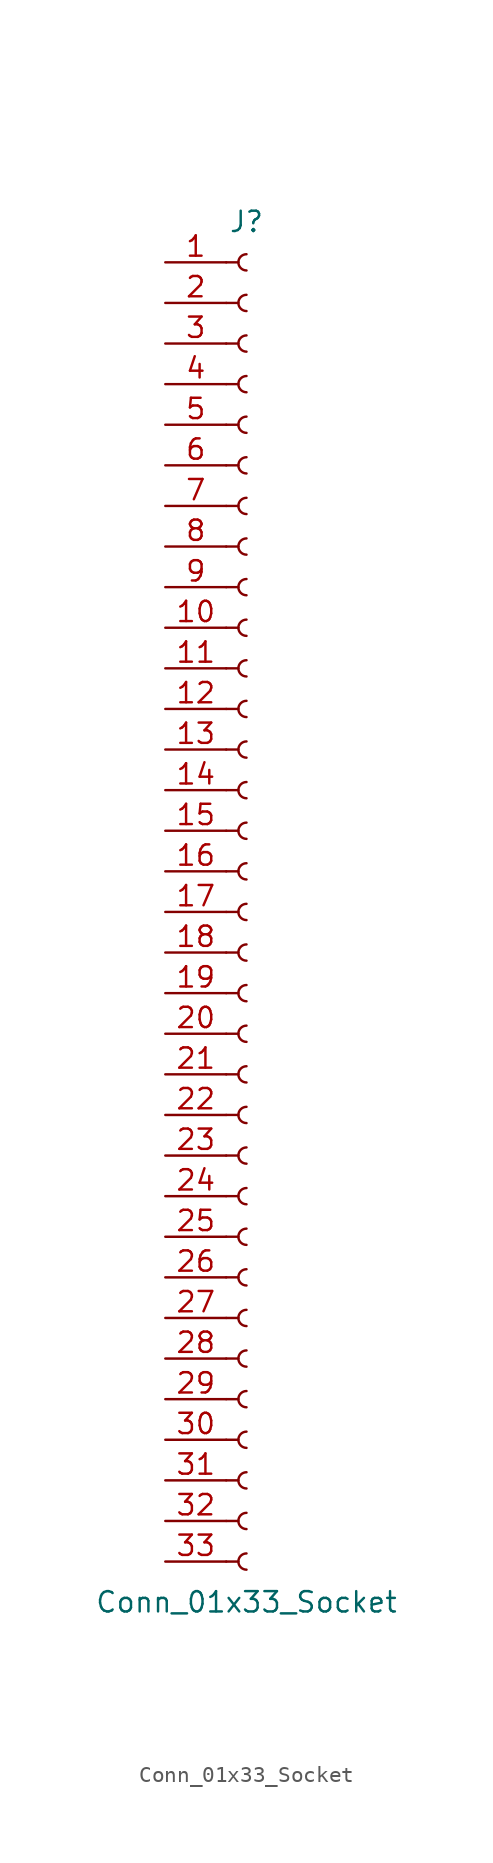
<source format=kicad_sym>
(kicad_symbol_lib
  (version 20241209)
  (generator "kicad_symbol_editor")
  (generator_version "9.0")
  (symbol "Conn_01x33_Socket"
    (pin_names
      (offset 1.016)
      (hide yes))
    (property "Reference" "J"
      (at 0 43.18 0)
      (effects (font (size 1.27 1.27))))
    (property "Value" "Conn_01x33_Socket"
      (at 0 -43.18 0)
      (effects (font (size 1.27 1.27))))
    (property "ki_locked" ""
      (at 0 0 0)
      (effects (font (size 1.27 1.27))))
    (symbol "Conn_01x33_Socket_1_1"
      (polyline (pts (xy -1.27 40.64) (xy -0.508 40.64)) (stroke (width 0.152) (type default)) (fill (type none)))
      (polyline (pts (xy -1.27 38.1) (xy -0.508 38.1)) (stroke (width 0.152) (type default)) (fill (type none)))
      (polyline (pts (xy -1.27 35.56) (xy -0.508 35.56)) (stroke (width 0.152) (type default)) (fill (type none)))
      (polyline (pts (xy -1.27 33.02) (xy -0.508 33.02)) (stroke (width 0.152) (type default)) (fill (type none)))
      (polyline (pts (xy -1.27 30.48) (xy -0.508 30.48)) (stroke (width 0.152) (type default)) (fill (type none)))
      (polyline (pts (xy -1.27 27.94) (xy -0.508 27.94)) (stroke (width 0.152) (type default)) (fill (type none)))
      (polyline (pts (xy -1.27 25.4) (xy -0.508 25.4)) (stroke (width 0.152) (type default)) (fill (type none)))
      (polyline (pts (xy -1.27 22.86) (xy -0.508 22.86)) (stroke (width 0.152) (type default)) (fill (type none)))
      (polyline (pts (xy -1.27 20.32) (xy -0.508 20.32)) (stroke (width 0.152) (type default)) (fill (type none)))
      (polyline (pts (xy -1.27 17.78) (xy -0.508 17.78)) (stroke (width 0.152) (type default)) (fill (type none)))
      (polyline (pts (xy -1.27 15.24) (xy -0.508 15.24)) (stroke (width 0.152) (type default)) (fill (type none)))
      (polyline (pts (xy -1.27 12.7) (xy -0.508 12.7)) (stroke (width 0.152) (type default)) (fill (type none)))
      (polyline (pts (xy -1.27 10.16) (xy -0.508 10.16)) (stroke (width 0.152) (type default)) (fill (type none)))
      (polyline (pts (xy -1.27 7.62) (xy -0.508 7.62)) (stroke (width 0.152) (type default)) (fill (type none)))
      (polyline (pts (xy -1.27 5.08) (xy -0.508 5.08)) (stroke (width 0.152) (type default)) (fill (type none)))
      (polyline (pts (xy -1.27 2.54) (xy -0.508 2.54)) (stroke (width 0.152) (type default)) (fill (type none)))
      (polyline (pts (xy -1.27 0) (xy -0.508 0)) (stroke (width 0.152) (type default)) (fill (type none)))
      (polyline (pts (xy -1.27 -2.54) (xy -0.508 -2.54)) (stroke (width 0.152) (type default)) (fill (type none)))
      (polyline (pts (xy -1.27 -5.08) (xy -0.508 -5.08)) (stroke (width 0.152) (type default)) (fill (type none)))
      (polyline (pts (xy -1.27 -7.62) (xy -0.508 -7.62)) (stroke (width 0.152) (type default)) (fill (type none)))
      (polyline (pts (xy -1.27 -10.16) (xy -0.508 -10.16)) (stroke (width 0.152) (type default)) (fill (type none)))
      (polyline (pts (xy -1.27 -12.7) (xy -0.508 -12.7)) (stroke (width 0.152) (type default)) (fill (type none)))
      (polyline (pts (xy -1.27 -15.24) (xy -0.508 -15.24)) (stroke (width 0.152) (type default)) (fill (type none)))
      (polyline (pts (xy -1.27 -17.78) (xy -0.508 -17.78)) (stroke (width 0.152) (type default)) (fill (type none)))
      (polyline (pts (xy -1.27 -20.32) (xy -0.508 -20.32)) (stroke (width 0.152) (type default)) (fill (type none)))
      (polyline (pts (xy -1.27 -22.86) (xy -0.508 -22.86)) (stroke (width 0.152) (type default)) (fill (type none)))
      (polyline (pts (xy -1.27 -25.4) (xy -0.508 -25.4)) (stroke (width 0.152) (type default)) (fill (type none)))
      (polyline (pts (xy -1.27 -27.94) (xy -0.508 -27.94)) (stroke (width 0.152) (type default)) (fill (type none)))
      (polyline (pts (xy -1.27 -30.48) (xy -0.508 -30.48)) (stroke (width 0.152) (type default)) (fill (type none)))
      (polyline (pts (xy -1.27 -33.02) (xy -0.508 -33.02)) (stroke (width 0.152) (type default)) (fill (type none)))
      (polyline (pts (xy -1.27 -35.56) (xy -0.508 -35.56)) (stroke (width 0.152) (type default)) (fill (type none)))
      (polyline (pts (xy -1.27 -38.1) (xy -0.508 -38.1)) (stroke (width 0.152) (type default)) (fill (type none)))
      (polyline (pts (xy -1.27 -40.64) (xy -0.508 -40.64)) (stroke (width 0.152) (type default)) (fill (type none)))
      (arc (start 0 40.132) (mid -0.5058 40.64) (end 0 41.148) (stroke (width 0.1524) (type default)) (fill (type none)))
      (arc (start 0 37.592) (mid -0.5058 38.1) (end 0 38.608) (stroke (width 0.1524) (type default)) (fill (type none)))
      (arc (start 0 35.052) (mid -0.5058 35.56) (end 0 36.068) (stroke (width 0.1524) (type default)) (fill (type none)))
      (arc (start 0 32.512) (mid -0.5058 33.02) (end 0 33.528) (stroke (width 0.1524) (type default)) (fill (type none)))
      (arc (start 0 29.972) (mid -0.5058 30.48) (end 0 30.988) (stroke (width 0.1524) (type default)) (fill (type none)))
      (arc (start 0 27.432) (mid -0.5058 27.94) (end 0 28.448) (stroke (width 0.1524) (type default)) (fill (type none)))
      (arc (start 0 24.892) (mid -0.5058 25.4) (end 0 25.908) (stroke (width 0.1524) (type default)) (fill (type none)))
      (arc (start 0 22.352) (mid -0.5058 22.86) (end 0 23.368) (stroke (width 0.1524) (type default)) (fill (type none)))
      (arc (start 0 19.812) (mid -0.5058 20.32) (end 0 20.828) (stroke (width 0.1524) (type default)) (fill (type none)))
      (arc (start 0 17.272) (mid -0.5058 17.78) (end 0 18.288) (stroke (width 0.1524) (type default)) (fill (type none)))
      (arc (start 0 14.732) (mid -0.5058 15.24) (end 0 15.748) (stroke (width 0.1524) (type default)) (fill (type none)))
      (arc (start 0 12.192) (mid -0.5058 12.7) (end 0 13.208) (stroke (width 0.1524) (type default)) (fill (type none)))
      (arc (start 0 9.652) (mid -0.5058 10.16) (end 0 10.668) (stroke (width 0.1524) (type default)) (fill (type none)))
      (arc (start 0 7.112) (mid -0.5058 7.62) (end 0 8.128) (stroke (width 0.1524) (type default)) (fill (type none)))
      (arc (start 0 4.572) (mid -0.5058 5.08) (end 0 5.588) (stroke (width 0.1524) (type default)) (fill (type none)))
      (arc (start 0 2.032) (mid -0.5058 2.54) (end 0 3.048) (stroke (width 0.1524) (type default)) (fill (type none)))
      (arc (start 0 -0.508) (mid -0.5058 0) (end 0 0.508) (stroke (width 0.1524) (type default)) (fill (type none)))
      (arc (start 0 -3.048) (mid -0.5058 -2.54) (end 0 -2.032) (stroke (width 0.1524) (type default)) (fill (type none)))
      (arc (start 0 -5.588) (mid -0.5058 -5.08) (end 0 -4.572) (stroke (width 0.1524) (type default)) (fill (type none)))
      (arc (start 0 -8.128) (mid -0.5058 -7.62) (end 0 -7.112) (stroke (width 0.1524) (type default)) (fill (type none)))
      (arc (start 0 -10.668) (mid -0.5058 -10.16) (end 0 -9.652) (stroke (width 0.1524) (type default)) (fill (type none)))
      (arc (start 0 -13.208) (mid -0.5058 -12.7) (end 0 -12.192) (stroke (width 0.1524) (type default)) (fill (type none)))
      (arc (start 0 -15.748) (mid -0.5058 -15.24) (end 0 -14.732) (stroke (width 0.1524) (type default)) (fill (type none)))
      (arc (start 0 -18.288) (mid -0.5058 -17.78) (end 0 -17.272) (stroke (width 0.1524) (type default)) (fill (type none)))
      (arc (start 0 -20.828) (mid -0.5058 -20.32) (end 0 -19.812) (stroke (width 0.1524) (type default)) (fill (type none)))
      (arc (start 0 -23.368) (mid -0.5058 -22.86) (end 0 -22.352) (stroke (width 0.1524) (type default)) (fill (type none)))
      (arc (start 0 -25.908) (mid -0.5058 -25.4) (end 0 -24.892) (stroke (width 0.1524) (type default)) (fill (type none)))
      (arc (start 0 -28.448) (mid -0.5058 -27.94) (end 0 -27.432) (stroke (width 0.1524) (type default)) (fill (type none)))
      (arc (start 0 -30.988) (mid -0.5058 -30.48) (end 0 -29.972) (stroke (width 0.1524) (type default)) (fill (type none)))
      (arc (start 0 -33.528) (mid -0.5058 -33.02) (end 0 -32.512) (stroke (width 0.1524) (type default)) (fill (type none)))
      (arc (start 0 -36.068) (mid -0.5058 -35.56) (end 0 -35.052) (stroke (width 0.1524) (type default)) (fill (type none)))
      (arc (start 0 -38.608) (mid -0.5058 -38.1) (end 0 -37.592) (stroke (width 0.1524) (type default)) (fill (type none)))
      (arc (start 0 -41.148) (mid -0.5058 -40.64) (end 0 -40.132) (stroke (width 0.1524) (type default)) (fill (type none)))
      (pin passive line (at -5.08 40.64 0) (length 3.81) (name "Pin_1" (effects (font (size 1.27 1.27)))) (number "1" (effects (font (size 1.27 1.27)))))
      (pin passive line (at -5.08 38.1 0) (length 3.81) (name "Pin_2" (effects (font (size 1.27 1.27)))) (number "2" (effects (font (size 1.27 1.27)))))
      (pin passive line (at -5.08 35.56 0) (length 3.81) (name "Pin_3" (effects (font (size 1.27 1.27)))) (number "3" (effects (font (size 1.27 1.27)))))
      (pin passive line (at -5.08 33.02 0) (length 3.81) (name "Pin_4" (effects (font (size 1.27 1.27)))) (number "4" (effects (font (size 1.27 1.27)))))
      (pin passive line (at -5.08 30.48 0) (length 3.81) (name "Pin_5" (effects (font (size 1.27 1.27)))) (number "5" (effects (font (size 1.27 1.27)))))
      (pin passive line (at -5.08 27.94 0) (length 3.81) (name "Pin_6" (effects (font (size 1.27 1.27)))) (number "6" (effects (font (size 1.27 1.27)))))
      (pin passive line (at -5.08 25.4 0) (length 3.81) (name "Pin_7" (effects (font (size 1.27 1.27)))) (number "7" (effects (font (size 1.27 1.27)))))
      (pin passive line (at -5.08 22.86 0) (length 3.81) (name "Pin_8" (effects (font (size 1.27 1.27)))) (number "8" (effects (font (size 1.27 1.27)))))
      (pin passive line (at -5.08 20.32 0) (length 3.81) (name "Pin_9" (effects (font (size 1.27 1.27)))) (number "9" (effects (font (size 1.27 1.27)))))
      (pin passive line (at -5.08 17.78 0) (length 3.81) (name "Pin_10" (effects (font (size 1.27 1.27)))) (number "10" (effects (font (size 1.27 1.27)))))
      (pin passive line (at -5.08 15.24 0) (length 3.81) (name "Pin_11" (effects (font (size 1.27 1.27)))) (number "11" (effects (font (size 1.27 1.27)))))
      (pin passive line (at -5.08 12.7 0) (length 3.81) (name "Pin_12" (effects (font (size 1.27 1.27)))) (number "12" (effects (font (size 1.27 1.27)))))
      (pin passive line (at -5.08 10.16 0) (length 3.81) (name "Pin_13" (effects (font (size 1.27 1.27)))) (number "13" (effects (font (size 1.27 1.27)))))
      (pin passive line (at -5.08 7.62 0) (length 3.81) (name "Pin_14" (effects (font (size 1.27 1.27)))) (number "14" (effects (font (size 1.27 1.27)))))
      (pin passive line (at -5.08 5.08 0) (length 3.81) (name "Pin_15" (effects (font (size 1.27 1.27)))) (number "15" (effects (font (size 1.27 1.27)))))
      (pin passive line (at -5.08 2.54 0) (length 3.81) (name "Pin_16" (effects (font (size 1.27 1.27)))) (number "16" (effects (font (size 1.27 1.27)))))
      (pin passive line (at -5.08 0 0) (length 3.81) (name "Pin_17" (effects (font (size 1.27 1.27)))) (number "17" (effects (font (size 1.27 1.27)))))
      (pin passive line (at -5.08 -2.54 0) (length 3.81) (name "Pin_18" (effects (font (size 1.27 1.27)))) (number "18" (effects (font (size 1.27 1.27)))))
      (pin passive line (at -5.08 -5.08 0) (length 3.81) (name "Pin_19" (effects (font (size 1.27 1.27)))) (number "19" (effects (font (size 1.27 1.27)))))
      (pin passive line (at -5.08 -7.62 0) (length 3.81) (name "Pin_20" (effects (font (size 1.27 1.27)))) (number "20" (effects (font (size 1.27 1.27)))))
      (pin passive line (at -5.08 -10.16 0) (length 3.81) (name "Pin_21" (effects (font (size 1.27 1.27)))) (number "21" (effects (font (size 1.27 1.27)))))
      (pin passive line (at -5.08 -12.7 0) (length 3.81) (name "Pin_22" (effects (font (size 1.27 1.27)))) (number "22" (effects (font (size 1.27 1.27)))))
      (pin passive line (at -5.08 -15.24 0) (length 3.81) (name "Pin_23" (effects (font (size 1.27 1.27)))) (number "23" (effects (font (size 1.27 1.27)))))
      (pin passive line (at -5.08 -17.78 0) (length 3.81) (name "Pin_24" (effects (font (size 1.27 1.27)))) (number "24" (effects (font (size 1.27 1.27)))))
      (pin passive line (at -5.08 -20.32 0) (length 3.81) (name "Pin_25" (effects (font (size 1.27 1.27)))) (number "25" (effects (font (size 1.27 1.27)))))
      (pin passive line (at -5.08 -22.86 0) (length 3.81) (name "Pin_26" (effects (font (size 1.27 1.27)))) (number "26" (effects (font (size 1.27 1.27)))))
      (pin passive line (at -5.08 -25.4 0) (length 3.81) (name "Pin_27" (effects (font (size 1.27 1.27)))) (number "27" (effects (font (size 1.27 1.27)))))
      (pin passive line (at -5.08 -27.94 0) (length 3.81) (name "Pin_28" (effects (font (size 1.27 1.27)))) (number "28" (effects (font (size 1.27 1.27)))))
      (pin passive line (at -5.08 -30.48 0) (length 3.81) (name "Pin_29" (effects (font (size 1.27 1.27)))) (number "29" (effects (font (size 1.27 1.27)))))
      (pin passive line (at -5.08 -33.02 0) (length 3.81) (name "Pin_30" (effects (font (size 1.27 1.27)))) (number "30" (effects (font (size 1.27 1.27)))))
      (pin passive line (at -5.08 -35.56 0) (length 3.81) (name "Pin_31" (effects (font (size 1.27 1.27)))) (number "31" (effects (font (size 1.27 1.27)))))
      (pin passive line (at -5.08 -38.1 0) (length 3.81) (name "Pin_32" (effects (font (size 1.27 1.27)))) (number "32" (effects (font (size 1.27 1.27)))))
      (pin passive line (at -5.08 -40.64 0) (length 3.81) (name "Pin_33" (effects (font (size 1.27 1.27)))) (number "33" (effects (font (size 1.27 1.27))))))))
</source>
